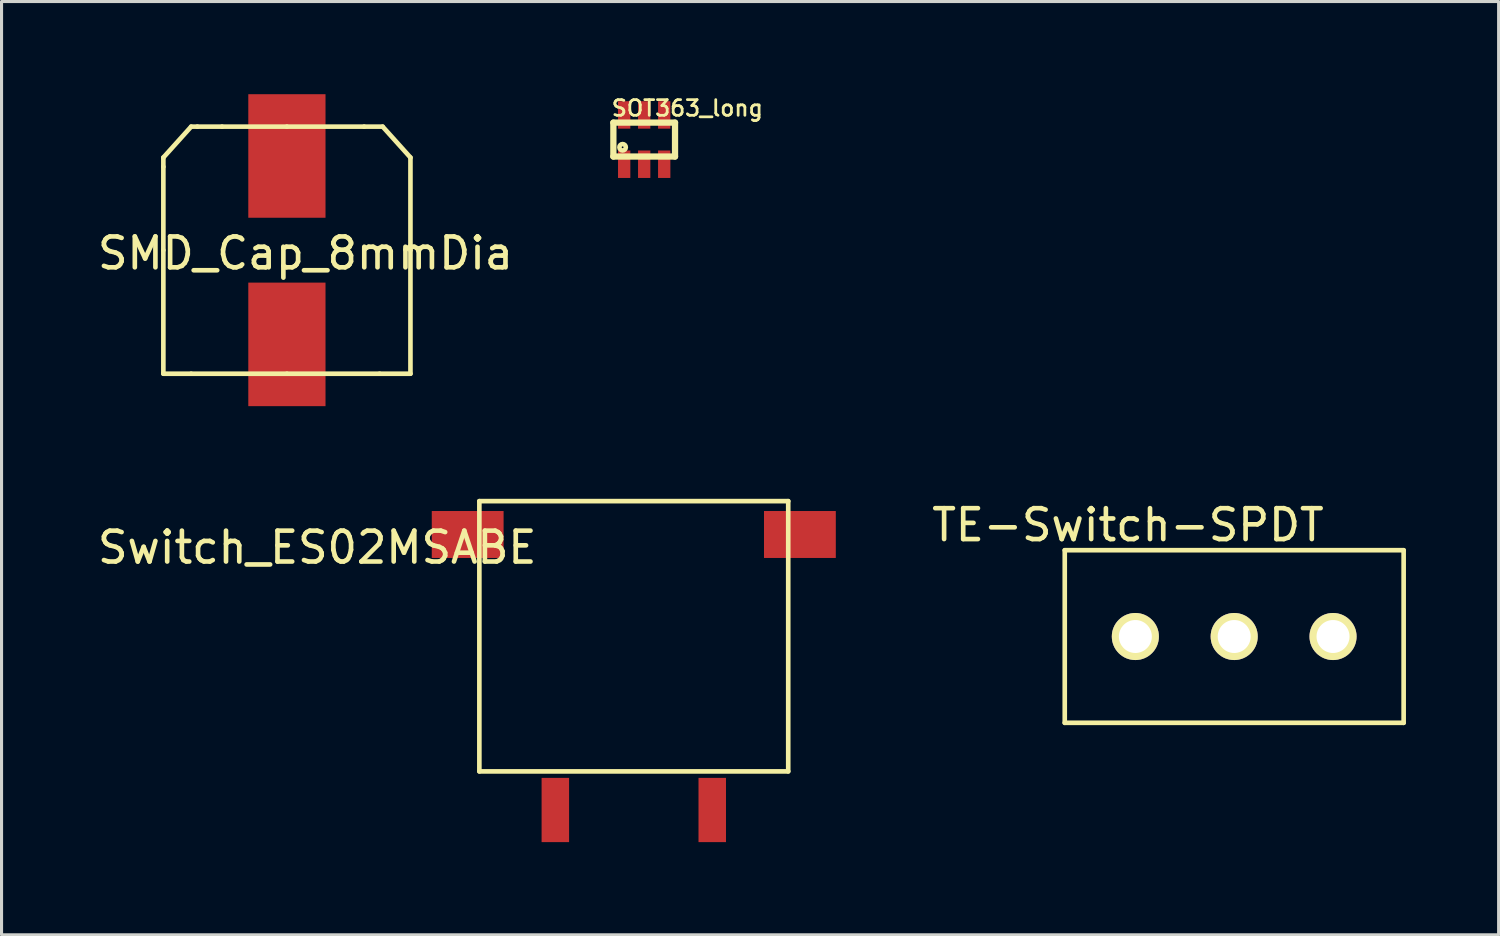
<source format=kicad_pcb>
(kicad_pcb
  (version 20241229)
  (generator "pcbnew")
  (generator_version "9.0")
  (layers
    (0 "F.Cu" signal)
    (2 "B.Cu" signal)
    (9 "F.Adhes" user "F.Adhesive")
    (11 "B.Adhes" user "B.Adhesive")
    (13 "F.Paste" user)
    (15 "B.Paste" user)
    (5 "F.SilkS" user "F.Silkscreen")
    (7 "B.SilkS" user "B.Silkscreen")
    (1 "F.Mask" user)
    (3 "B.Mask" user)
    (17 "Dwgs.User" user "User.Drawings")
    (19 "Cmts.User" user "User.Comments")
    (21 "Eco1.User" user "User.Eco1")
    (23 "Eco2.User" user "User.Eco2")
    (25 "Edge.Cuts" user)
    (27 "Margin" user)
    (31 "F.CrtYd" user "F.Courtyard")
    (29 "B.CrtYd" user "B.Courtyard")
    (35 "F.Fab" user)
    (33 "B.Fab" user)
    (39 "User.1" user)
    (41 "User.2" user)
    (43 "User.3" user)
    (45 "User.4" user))
  (footprint "TE-Switch-SPDT"
    (layer "F.Cu")
    (at 36.909 17.558)
    (property "Reference" "TE-Switch-SPDT" (at -3.44 -3.61 0) (layer "F.SilkS") (effects (font (size 1 1) (thickness 0.15))))
    (attr through_hole)
    (fp_line (start -5.486 -2.794) (end 5.486 -2.794) (stroke (width 0.15) (type solid)) (layer "F.SilkS"))
    (fp_line (start -5.486 2.794) (end -5.486 -2.794) (stroke (width 0.15) (type solid)) (layer "F.SilkS"))
    (fp_line (start 5.486 2.794) (end -5.486 2.794) (stroke (width 0.15) (type solid)) (layer "F.SilkS"))
    (fp_line (start 5.486 2.794) (end 5.486 -2.794) (stroke (width 0.15) (type solid)) (layer "F.SilkS"))
    (pad "1" thru_hole circle (at -3.2 0) (size 1.524 1.524) (drill 1.067) (layers "*.Cu" "*.Mask" "F.SilkS"))
    (pad "2" thru_hole circle (at 0 0) (size 1.524 1.524) (drill 1.067) (layers "*.Cu" "*.Mask" "F.SilkS"))
    (pad "3" thru_hole circle (at 3.2 0) (size 1.524 1.524) (drill 1.067) (layers "*.Cu" "*.Mask" "F.SilkS")))
  (footprint "SMD_Cap_8mmDia"
    (layer "F.Cu")
    (at 6.239 5.05)
    (property "Reference" "SMD_Cap_8mmDia" (at 0.6 0.1 0) (layer "F.SilkS") (effects (font (size 1 1) (thickness 0.15))))
    (attr through_hole)
    (fp_line (start -4 -2.7) (end -4 -3) (stroke (width 0.15) (type solid)) (layer "F.SilkS"))
    (fp_line (start -4 0) (end -4 -2.7) (stroke (width 0.15) (type solid)) (layer "F.SilkS"))
    (fp_line (start -4 0) (end -4 4) (stroke (width 0.15) (type solid)) (layer "F.SilkS"))
    (fp_line (start -4 4) (end -3.1 4) (stroke (width 0.15) (type solid)) (layer "F.SilkS"))
    (fp_line (start -3.1 -4) (end -4 -3) (stroke (width 0.15) (type solid)) (layer "F.SilkS"))
    (fp_line (start -2.9 -4) (end -3.1 -4) (stroke (width 0.15) (type solid)) (layer "F.SilkS"))
    (fp_line (start -2.9 -4) (end -2.1 -4) (stroke (width 0.15) (type solid)) (layer "F.SilkS"))
    (fp_line (start 0 -4) (end -2.1 -4) (stroke (width 0.15) (type solid)) (layer "F.SilkS"))
    (fp_line (start 0 -4) (end 2.5 -4) (stroke (width 0.15) (type solid)) (layer "F.SilkS"))
    (fp_line (start 0 4) (end -3.1 4) (stroke (width 0.15) (type solid)) (layer "F.SilkS"))
    (fp_line (start 0 4) (end 3 4) (stroke (width 0.15) (type solid)) (layer "F.SilkS"))
    (fp_line (start 3.1 -4) (end 2.5 -4) (stroke (width 0.15) (type solid)) (layer "F.SilkS"))
    (fp_line (start 4 -3) (end 3.1 -4) (stroke (width 0.15) (type solid)) (layer "F.SilkS"))
    (fp_line (start 4 0) (end 4 -3) (stroke (width 0.15) (type solid)) (layer "F.SilkS"))
    (fp_line (start 4 0) (end 4 4) (stroke (width 0.15) (type solid)) (layer "F.SilkS"))
    (fp_line (start 4 4) (end 3 4) (stroke (width 0.15) (type solid)) (layer "F.SilkS"))
    (pad "1" smd rect (at 0 -3.05) (size 2.5 4) (layers "F.Cu" "F.Mask" "F.Paste"))
    (pad "2" smd rect (at 0 3.05) (size 2.5 4) (layers "F.Cu" "F.Mask" "F.Paste")))
  (footprint "SOT363_long"
    (layer "F.Cu")
    (at 17.807 1.469)
    (property "Reference" "SOT363_long" (at 1.397 -1.016 0) (layer "F.SilkS") (effects (font (size 0.508 0.508) (thickness 0.089))))
    (attr smd)
    (fp_line (start -0.998 -0.549) (end 0.998 -0.549) (stroke (width 0.203) (type solid)) (layer "F.SilkS"))
    (fp_line (start -0.998 0.549) (end -0.998 -0.549) (stroke (width 0.203) (type solid)) (layer "F.SilkS"))
    (fp_line (start -0.798 -0.599) (end -0.498 -0.599) (stroke (width 0.066) (type solid)) (layer "F.SilkS"))
    (fp_line (start -0.798 0.599) (end -0.498 0.599) (stroke (width 0.066) (type solid)) (layer "F.SilkS"))
    (fp_line (start -0.15 -0.599) (end 0.15 -0.599) (stroke (width 0.066) (type solid)) (layer "F.SilkS"))
    (fp_line (start -0.15 0.599) (end 0.15 0.599) (stroke (width 0.066) (type solid)) (layer "F.SilkS"))
    (fp_line (start 0.498 -0.599) (end 0.798 -0.599) (stroke (width 0.066) (type solid)) (layer "F.SilkS"))
    (fp_line (start 0.498 0.599) (end 0.798 0.599) (stroke (width 0.066) (type solid)) (layer "F.SilkS"))
    (fp_line (start 0.998 -0.549) (end 0.998 0.549) (stroke (width 0.203) (type solid)) (layer "F.SilkS"))
    (fp_line (start 0.998 0.549) (end -0.998 0.549) (stroke (width 0.203) (type solid)) (layer "F.SilkS"))
    (fp_circle (center -0.699 0.249) (end -0.772 0.323) (stroke (width 0.15) (type solid)) (fill no) (layer "F.SilkS"))
    (pad "1" smd rect (at -0.648 0.798) (size 0.399 0.889) (layers "F.Cu" "F.Mask" "F.Paste"))
    (pad "2" smd rect (at 0 0.798) (size 0.399 0.889) (layers "F.Cu" "F.Mask" "F.Paste"))
    (pad "3" smd rect (at 0.648 0.798) (size 0.399 0.889) (layers "F.Cu" "F.Mask" "F.Paste"))
    (pad "4" smd rect (at 0.648 -0.798) (size 0.399 0.889) (layers "F.Cu" "F.Mask" "F.Paste"))
    (pad "5" smd rect (at 0 -0.798) (size 0.399 0.889) (layers "F.Cu" "F.Mask" "F.Paste"))
    (pad "6" smd rect (at -0.648 -0.798) (size 0.399 0.889) (layers "F.Cu" "F.Mask" "F.Paste")))
  (footprint "Switch_ES02MSABE"
    (layer "F.Cu")
    (at 17.47 23.175)
    (property "Reference" "Switch_ES02MSABE" (at -10.25 -8.5 0) (layer "F.SilkS") (effects (font (size 1 1) (thickness 0.15))))
    (attr through_hole)
    (fp_line (start -5 -10) (end -5 -1.25) (stroke (width 0.15) (type solid)) (layer "F.SilkS"))
    (fp_line (start -5 -1.25) (end 5 -1.25) (stroke (width 0.15) (type solid)) (layer "F.SilkS"))
    (fp_line (start 5 -10) (end -5 -10) (stroke (width 0.15) (type solid)) (layer "F.SilkS"))
    (fp_line (start 5 -1.25) (end 5 -10) (stroke (width 0.15) (type solid)) (layer "F.SilkS"))
    (pad "" smd rect (at -5.378 -8.92) (size 2.325 1.52) (layers "F.Cu" "F.Mask" "F.Paste"))
    (pad "" smd rect (at 5.378 -8.92) (size 2.325 1.52) (layers "F.Cu" "F.Mask" "F.Paste"))
    (pad "1" smd rect (at 2.54 0) (size 0.89 2.08) (layers "F.Cu" "F.Mask" "F.Paste"))
    (pad "2" smd rect (at -2.54 0) (size 0.89 2.08) (layers "F.Cu" "F.Mask" "F.Paste")))
  (gr_rect
    (start -3 -3)
    (end 45.47 27.215)
    (stroke (width 0.1) (type default))
    (fill no)
    (layer "Edge.Cuts")))
</source>
